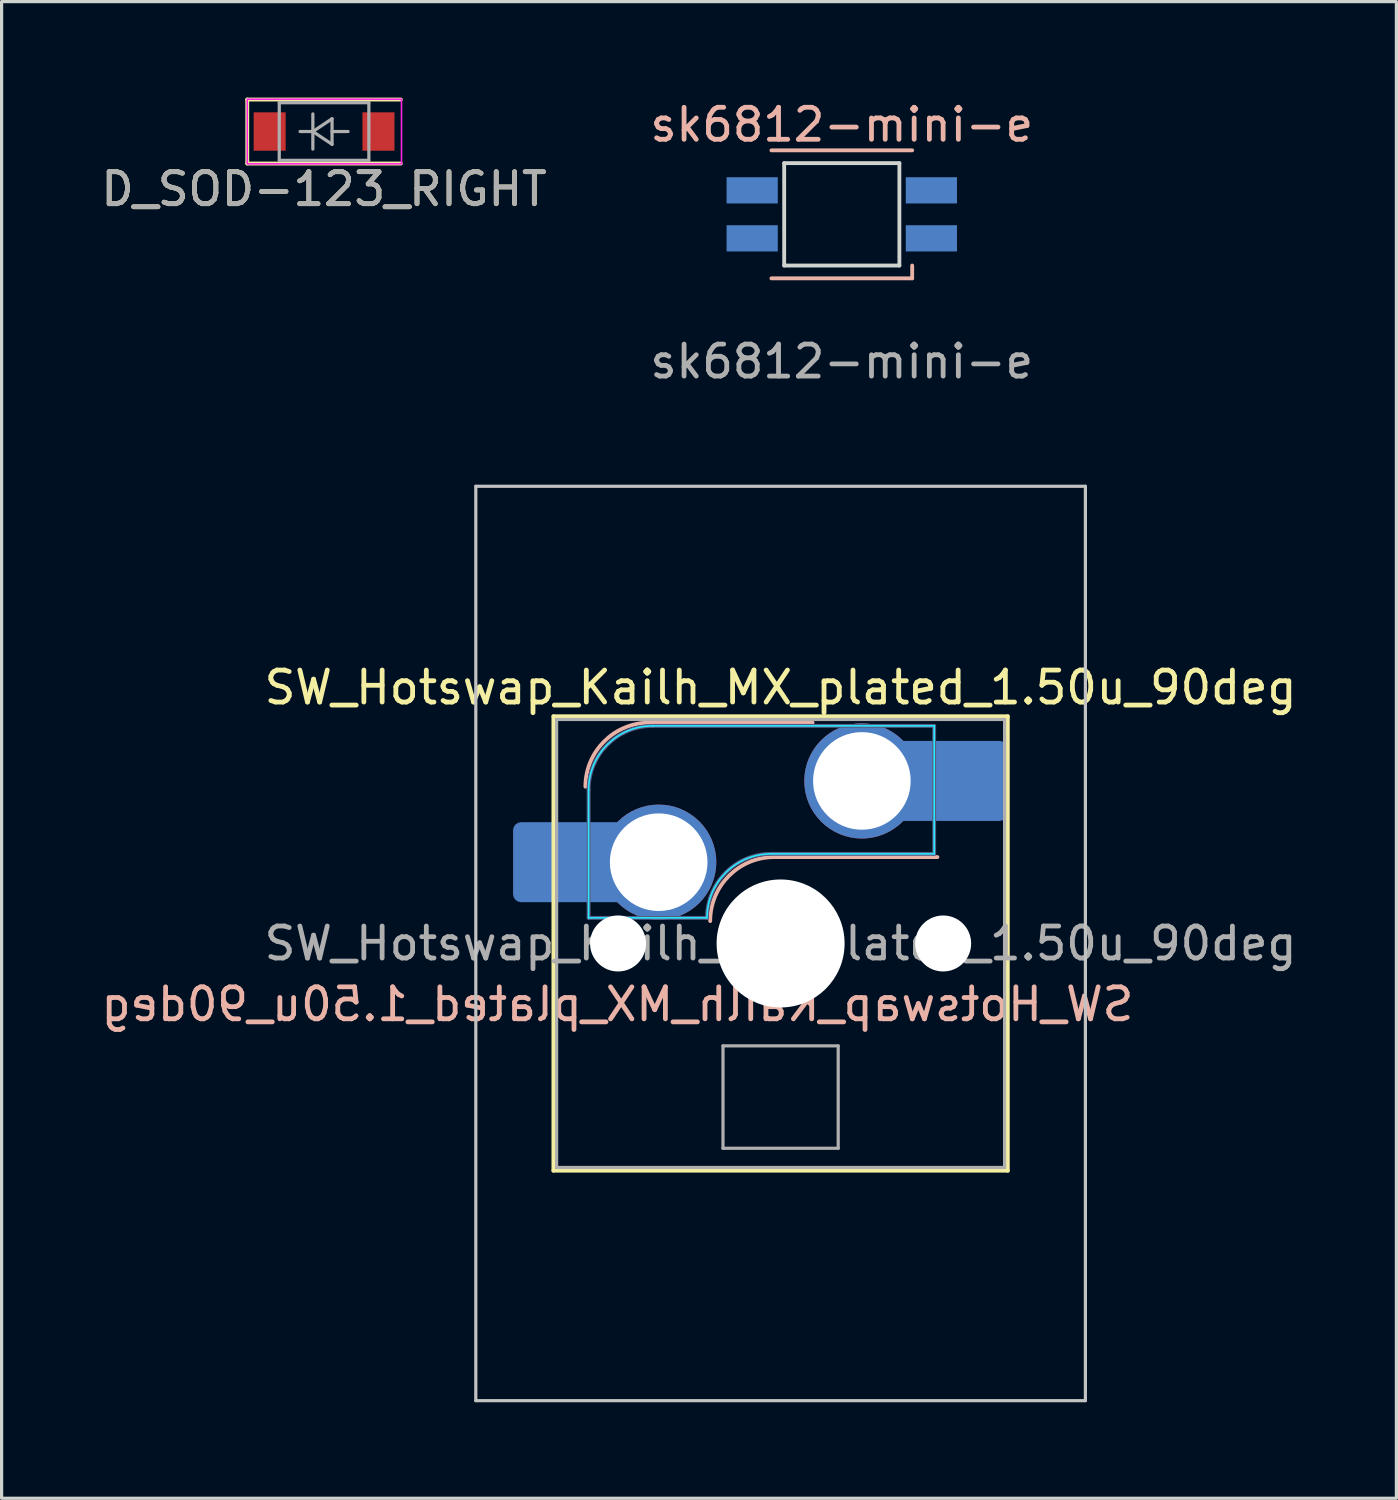
<source format=kicad_pcb>
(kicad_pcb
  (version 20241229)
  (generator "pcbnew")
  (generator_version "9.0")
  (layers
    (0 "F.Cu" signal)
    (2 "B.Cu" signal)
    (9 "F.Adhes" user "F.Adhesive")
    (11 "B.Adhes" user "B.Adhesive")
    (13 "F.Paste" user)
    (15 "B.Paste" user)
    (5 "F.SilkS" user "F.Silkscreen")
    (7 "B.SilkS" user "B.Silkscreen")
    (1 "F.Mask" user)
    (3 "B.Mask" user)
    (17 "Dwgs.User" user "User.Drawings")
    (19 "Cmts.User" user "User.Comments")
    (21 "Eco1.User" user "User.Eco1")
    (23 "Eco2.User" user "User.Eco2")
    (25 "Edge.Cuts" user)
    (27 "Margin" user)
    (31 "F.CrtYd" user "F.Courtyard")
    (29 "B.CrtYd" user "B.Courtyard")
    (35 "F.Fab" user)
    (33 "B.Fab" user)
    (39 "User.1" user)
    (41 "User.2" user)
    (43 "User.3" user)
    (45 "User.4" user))
  (footprint "D_SOD-123_RIGHT"
    (layer "F.Cu")
    (at 7.077 1.06)
    (property "Reference" "D_SOD-123_RIGHT" (at 0 1.8 0) (layer "F.SilkS") (effects (font (size 1 1) (thickness 0.15))))
    (attr smd)
    (fp_line (start -2.4 -1) (end -2.4 1) (stroke (width 0.12) (type default)) (layer "F.SilkS"))
    (fp_line (start -2.4 -1) (end 2.4 -1) (stroke (width 0.12) (type default)) (layer "F.SilkS"))
    (fp_line (start -2.4 1) (end 2.4 1) (stroke (width 0.12) (type default)) (layer "F.SilkS"))
    (fp_rect (start -2.4 -1.01) (end 2.42 1.01) (stroke (width 0.05) (type default)) (fill no) (layer "F.CrtYd"))
    (fp_line (start -1.4 -0.9) (end 1.4 -0.9) (stroke (width 0.1) (type solid)) (layer "F.Fab"))
    (fp_line (start -1.4 0.9) (end -1.4 -0.9) (stroke (width 0.1) (type solid)) (layer "F.Fab"))
    (fp_line (start -0.75 0) (end -0.35 0) (stroke (width 0.1) (type solid)) (layer "F.Fab"))
    (fp_line (start -0.35 0) (end -0.35 -0.55) (stroke (width 0.1) (type solid)) (layer "F.Fab"))
    (fp_line (start -0.35 0) (end -0.35 0.55) (stroke (width 0.1) (type solid)) (layer "F.Fab"))
    (fp_line (start -0.35 0) (end 0.25 -0.4) (stroke (width 0.1) (type solid)) (layer "F.Fab"))
    (fp_line (start 0.25 -0.4) (end 0.25 0.4) (stroke (width 0.1) (type solid)) (layer "F.Fab"))
    (fp_line (start 0.25 0) (end 0.75 0) (stroke (width 0.1) (type solid)) (layer "F.Fab"))
    (fp_line (start 0.25 0.4) (end -0.35 0) (stroke (width 0.1) (type solid)) (layer "F.Fab"))
    (fp_line (start 1.4 -0.9) (end 1.4 0.9) (stroke (width 0.1) (type solid)) (layer "F.Fab"))
    (fp_line (start 1.4 0.9) (end -1.4 0.9) (stroke (width 0.1) (type solid)) (layer "F.Fab"))
    (fp_text user "${REFERENCE}" (at 0 1.8 0) (layer "F.Fab") (effects (font (size 1 1) (thickness 0.15))))
    (pad "1" smd rect (at -1.7 0) (size 1 1.2) (layers "F.Cu" "F.Mask" "F.Paste"))
    (pad "2" smd rect (at 1.7 0) (size 1 1.2) (layers "F.Cu" "F.Mask" "F.Paste")))
  (footprint "SW_Hotswap_Kailh_MX_plated_1.50u_90deg"
    (layer "F.Cu")
    (at 21.344 26.434)
    (property "Reference" "SW_Hotswap_Kailh_MX_plated_1.50u_90deg" (at 0 -8 0) (layer "F.SilkS") (effects (font (size 1 1) (thickness 0.15))))
    (attr smd)
    (fp_line (start -7.1 -7.1) (end -7.1 7.1) (stroke (width 0.12) (type solid)) (layer "F.SilkS"))
    (fp_line (start -7.1 7.1) (end 7.1 7.1) (stroke (width 0.12) (type solid)) (layer "F.SilkS"))
    (fp_line (start 7.1 -7.1) (end -7.1 -7.1) (stroke (width 0.12) (type solid)) (layer "F.SilkS"))
    (fp_line (start 7.1 7.1) (end 7.1 -7.1) (stroke (width 0.12) (type solid)) (layer "F.SilkS"))
    (fp_line (start -4.1 -6.9) (end 1 -6.9) (stroke (width 0.12) (type solid)) (layer "B.SilkS"))
    (fp_line (start -0.2 -2.7) (end 4.9 -2.7) (stroke (width 0.12) (type solid)) (layer "B.SilkS"))
    (fp_arc (start -6.1 -4.9) (mid -5.514214 -6.314214) (end -4.1 -6.9) (stroke (width 0.12) (type solid)) (layer "B.SilkS"))
    (fp_arc (start -2.2 -0.7) (mid -1.614214 -2.114214) (end -0.2 -2.7) (stroke (width 0.12) (type solid)) (layer "B.SilkS"))
    (fp_line (start -9.525 -14.287) (end 9.525 -14.287) (stroke (width 0.1) (type solid)) (layer "Dwgs.User"))
    (fp_line (start -9.525 14.287) (end -9.525 -14.287) (stroke (width 0.1) (type solid)) (layer "Dwgs.User"))
    (fp_line (start 9.525 -14.287) (end 9.525 14.287) (stroke (width 0.1) (type solid)) (layer "Dwgs.User"))
    (fp_line (start 9.525 14.287) (end -9.525 14.287) (stroke (width 0.1) (type solid)) (layer "Dwgs.User"))
    (fp_line (start -7.8 -6) (end -7 -6) (stroke (width 0.1) (type solid)) (layer "Eco1.User"))
    (fp_line (start -7.8 -2.9) (end -7.8 -6) (stroke (width 0.1) (type solid)) (layer "Eco1.User"))
    (fp_line (start -7.8 2.9) (end -7 2.9) (stroke (width 0.1) (type solid)) (layer "Eco1.User"))
    (fp_line (start -7.8 6) (end -7.8 2.9) (stroke (width 0.1) (type solid)) (layer "Eco1.User"))
    (fp_line (start -7 -7) (end 7 -7) (stroke (width 0.1) (type solid)) (layer "Eco1.User"))
    (fp_line (start -7 -6) (end -7 -7) (stroke (width 0.1) (type solid)) (layer "Eco1.User"))
    (fp_line (start -7 -2.9) (end -7.8 -2.9) (stroke (width 0.1) (type solid)) (layer "Eco1.User"))
    (fp_line (start -7 2.9) (end -7 -2.9) (stroke (width 0.1) (type solid)) (layer "Eco1.User"))
    (fp_line (start -7 6) (end -7.8 6) (stroke (width 0.1) (type solid)) (layer "Eco1.User"))
    (fp_line (start -7 7) (end -7 6) (stroke (width 0.1) (type solid)) (layer "Eco1.User"))
    (fp_line (start 7 -7) (end 7 -6) (stroke (width 0.1) (type solid)) (layer "Eco1.User"))
    (fp_line (start 7 -6) (end 7.8 -6) (stroke (width 0.1) (type solid)) (layer "Eco1.User"))
    (fp_line (start 7 -2.9) (end 7 2.9) (stroke (width 0.1) (type solid)) (layer "Eco1.User"))
    (fp_line (start 7 2.9) (end 7.8 2.9) (stroke (width 0.1) (type solid)) (layer "Eco1.User"))
    (fp_line (start 7 6) (end 7 7) (stroke (width 0.1) (type solid)) (layer "Eco1.User"))
    (fp_line (start 7 7) (end -7 7) (stroke (width 0.1) (type solid)) (layer "Eco1.User"))
    (fp_line (start 7.8 -6) (end 7.8 -2.9) (stroke (width 0.1) (type solid)) (layer "Eco1.User"))
    (fp_line (start 7.8 -2.9) (end 7 -2.9) (stroke (width 0.1) (type solid)) (layer "Eco1.User"))
    (fp_line (start 7.8 2.9) (end 7.8 6) (stroke (width 0.1) (type solid)) (layer "Eco1.User"))
    (fp_line (start 7.8 6) (end 7 6) (stroke (width 0.1) (type solid)) (layer "Eco1.User"))
    (fp_line (start -6 -0.8) (end -6 -4.8) (stroke (width 0.05) (type solid)) (layer "B.CrtYd"))
    (fp_line (start -6 -0.8) (end -2.3 -0.8) (stroke (width 0.05) (type solid)) (layer "B.CrtYd"))
    (fp_line (start -4 -6.8) (end 4.8 -6.8) (stroke (width 0.05) (type solid)) (layer "B.CrtYd"))
    (fp_line (start -0.3 -2.8) (end 4.8 -2.8) (stroke (width 0.05) (type solid)) (layer "B.CrtYd"))
    (fp_line (start 4.8 -6.8) (end 4.8 -2.8) (stroke (width 0.05) (type solid)) (layer "B.CrtYd"))
    (fp_arc (start -6 -4.8) (mid -5.414214 -6.214214) (end -4 -6.8) (stroke (width 0.05) (type solid)) (layer "B.CrtYd"))
    (fp_arc (start -2.3 -0.8) (mid -1.714214 -2.214214) (end -0.3 -2.8) (stroke (width 0.05) (type solid)) (layer "B.CrtYd"))
    (fp_line (start -6 -0.8) (end -6 -4.8) (stroke (width 0.12) (type solid)) (layer "B.Fab"))
    (fp_line (start -6 -0.8) (end -2.3 -0.8) (stroke (width 0.12) (type solid)) (layer "B.Fab"))
    (fp_line (start -4 -6.8) (end 4.8 -6.8) (stroke (width 0.12) (type solid)) (layer "B.Fab"))
    (fp_line (start -0.3 -2.8) (end 4.8 -2.8) (stroke (width 0.12) (type solid)) (layer "B.Fab"))
    (fp_line (start 4.8 -6.8) (end 4.8 -2.8) (stroke (width 0.12) (type solid)) (layer "B.Fab"))
    (fp_arc (start -6 -4.8) (mid -5.414214 -6.214214) (end -4 -6.8) (stroke (width 0.12) (type solid)) (layer "B.Fab"))
    (fp_arc (start -2.3 -0.8) (mid -1.714214 -2.214214) (end -0.3 -2.8) (stroke (width 0.12) (type solid)) (layer "B.Fab"))
    (fp_line (start -7 -7) (end -7 7) (stroke (width 0.1) (type solid)) (layer "F.Fab"))
    (fp_line (start -7 7) (end 7 7) (stroke (width 0.1) (type solid)) (layer "F.Fab"))
    (fp_line (start -1.8 3.2) (end -1.8 6.4) (stroke (width 0.1) (type default)) (layer "F.Fab"))
    (fp_line (start -1.8 6.4) (end 1.8 6.4) (stroke (width 0.1) (type default)) (layer "F.Fab"))
    (fp_line (start 1.8 3.2) (end -1.8 3.2) (stroke (width 0.1) (type default)) (layer "F.Fab"))
    (fp_line (start 1.8 6.4) (end 1.8 3.2) (stroke (width 0.1) (type default)) (layer "F.Fab"))
    (fp_line (start 7 -7) (end -7 -7) (stroke (width 0.1) (type solid)) (layer "F.Fab"))
    (fp_line (start 7 7) (end 7 -7) (stroke (width 0.1) (type solid)) (layer "F.Fab"))
    (fp_text user "${REFERENCE}" (at -5.1 1.9 0) (layer "B.SilkS") (effects (font (size 1 1) (thickness 0.15)) (justify mirror)))
    (fp_text user "${REFERENCE}" (at 0 0 0) (layer "F.Fab") (effects (font (size 1 1) (thickness 0.15))))
    (pad "" smd roundrect (at -7.085 -2.54) (size 2.55 2.5) (layers "B.Mask" "B.Paste") (roundrect_rratio 0.1))
    (pad "" np_thru_hole circle (at -5.08 0) (size 1.75 1.75) (drill 1.75) (layers "*.Cu" "*.Mask"))
    (pad "" smd circle (at -3.81 -2.54) (size 3.1 3.1) (layers "F.Mask"))
    (pad "" np_thru_hole circle (at 0 0) (size 4 4) (drill 4) (layers "*.Cu" "*.Mask"))
    (pad "" smd circle (at 2.54 -5.08) (size 3.1 3.1) (layers "F.Mask"))
    (pad "" np_thru_hole circle (at 5.08 0) (size 1.75 1.75) (drill 1.75) (layers "*.Cu" "*.Mask"))
    (pad "" smd roundrect (at 5.842 -5.08) (size 2.55 2.5) (layers "B.Mask" "B.Paste") (roundrect_rratio 0.1))
    (pad "1" smd roundrect (at -6.585 -2.54) (size 3.55 2.5) (layers "B.Cu") (roundrect_rratio 0.1))
    (pad "1" thru_hole circle (at -3.81 -2.54) (size 3.6 3.6) (drill 3.05) (layers "*.Cu" "B.Mask"))
    (pad "2" thru_hole circle (at 2.54 -5.08) (size 3.6 3.6) (drill 3.05) (layers "*.Cu" "B.Mask"))
    (pad "2" smd roundrect (at 5.32 -5.08) (size 3.55 2.5) (layers "B.Cu") (roundrect_rratio 0.1)))
  (footprint "sk6812-mini-e"
    (layer "F.Cu")
    (at 23.256 3.648)
    (property "Reference" "sk6812-mini-e" (at 0 -2.8 0) (unlocked yes) (layer "B.SilkS") (effects (font (size 1 1) (thickness 0.15))))
    (attr smd)
    (fp_line (start -2.2 2) (end 2.2 2) (stroke (width 0.12) (type default)) (layer "B.SilkS"))
    (fp_line (start 2.2 -2) (end -2.2 -2) (stroke (width 0.12) (type default)) (layer "B.SilkS"))
    (fp_line (start 2.2 2) (end 2.2 1.6) (stroke (width 0.12) (type default)) (layer "B.SilkS"))
    (fp_line (start -1.8 -1.6) (end -1.8 1.6) (stroke (width 0.12) (type default)) (layer "Edge.Cuts"))
    (fp_line (start -1.8 -1.6) (end 1.8 -1.6) (stroke (width 0.12) (type default)) (layer "Edge.Cuts"))
    (fp_line (start -1.8 1.6) (end 1.8 1.6) (stroke (width 0.12) (type default)) (layer "Edge.Cuts"))
    (fp_line (start 1.8 -1.6) (end 1.8 1.6) (stroke (width 0.12) (type default)) (layer "Edge.Cuts"))
    (fp_text user "${REFERENCE}" (at 0 4.6 0) (unlocked yes) (layer "F.Fab") (effects (font (size 1 1) (thickness 0.15))))
    (pad "1" smd rect (at -2.8 -0.75) (size 1.6 0.82) (layers "B.Cu" "B.Mask" "B.Paste"))
    (pad "2" smd rect (at -2.8 0.75) (size 1.6 0.82) (layers "B.Cu" "B.Mask" "B.Paste"))
    (pad "3" smd rect (at 2.8 0.75) (size 1.6 0.82) (layers "B.Cu" "B.Mask" "B.Paste"))
    (pad "4" smd rect (at 2.8 -0.75) (size 1.6 0.82) (layers "B.Cu" "B.Mask" "B.Paste")))
  (gr_rect
    (start -3 -3)
    (end 40.588 43.772)
    (stroke (width 0.1) (type default))
    (fill no)
    (layer "Edge.Cuts")))
</source>
